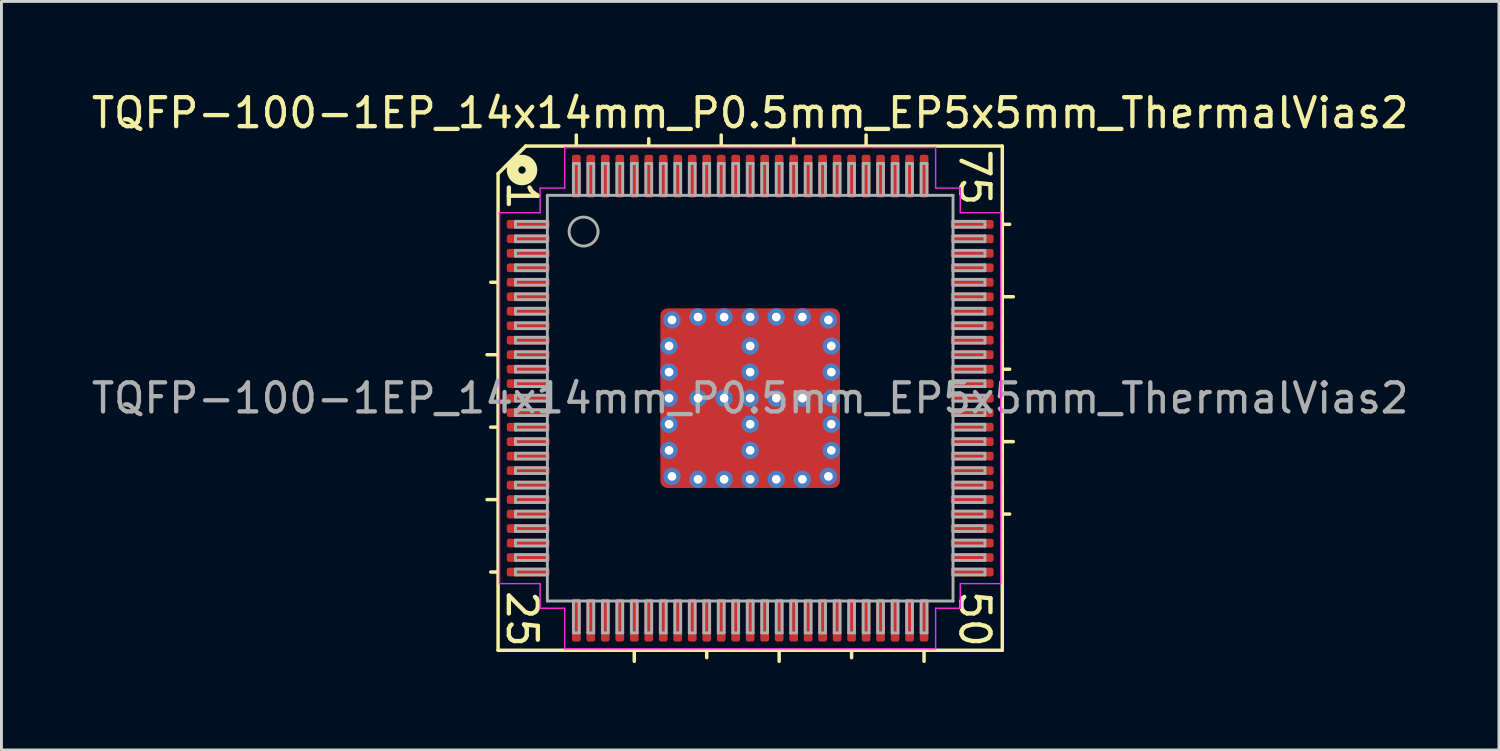
<source format=kicad_pcb>
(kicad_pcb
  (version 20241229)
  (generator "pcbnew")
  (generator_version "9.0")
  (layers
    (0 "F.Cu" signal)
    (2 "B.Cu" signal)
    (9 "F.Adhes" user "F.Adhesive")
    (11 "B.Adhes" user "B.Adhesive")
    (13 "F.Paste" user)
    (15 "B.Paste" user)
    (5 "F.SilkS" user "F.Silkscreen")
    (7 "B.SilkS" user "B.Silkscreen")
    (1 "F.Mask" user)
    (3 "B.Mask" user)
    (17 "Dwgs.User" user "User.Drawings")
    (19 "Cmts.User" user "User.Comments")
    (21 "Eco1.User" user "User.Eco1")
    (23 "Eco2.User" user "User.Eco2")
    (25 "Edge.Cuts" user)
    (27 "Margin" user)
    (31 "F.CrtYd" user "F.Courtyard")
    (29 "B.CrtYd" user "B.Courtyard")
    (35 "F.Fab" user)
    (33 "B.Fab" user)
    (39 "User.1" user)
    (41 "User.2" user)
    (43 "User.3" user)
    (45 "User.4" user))
  (footprint "TQFP-100-1EP_14x14mm_P0.5mm_EP5x5mm_ThermalVias2"
    (layer "F.Cu")
    (at 22.839 10.691)
    (property "Reference" "TQFP-100-1EP_14x14mm_P0.5mm_EP5x5mm_ThermalVias2" (at 0 -9.843 0) (layer "F.SilkS") (effects (font (size 1 1) (thickness 0.15))))
    (attr smd)
    (fp_line (start -8.7 -7.747) (end -8.7 8.7) (stroke (width 0.12) (type solid)) (layer "F.SilkS"))
    (fp_line (start -8.7 -4) (end -8.954 -4) (stroke (width 0.12) (type solid)) (layer "F.SilkS"))
    (fp_line (start -8.7 -1.5) (end -9.081 -1.5) (stroke (width 0.12) (type solid)) (layer "F.SilkS"))
    (fp_line (start -8.7 1) (end -8.954 1) (stroke (width 0.12) (type solid)) (layer "F.SilkS"))
    (fp_line (start -8.7 3.5) (end -9.081 3.5) (stroke (width 0.12) (type solid)) (layer "F.SilkS"))
    (fp_line (start -8.7 6) (end -8.954 6) (stroke (width 0.12) (type solid)) (layer "F.SilkS"))
    (fp_line (start -8.7 8.7) (end 8.7 8.7) (stroke (width 0.12) (type solid)) (layer "F.SilkS"))
    (fp_line (start -7.747 -8.7) (end -8.7 -7.747) (stroke (width 0.12) (type solid)) (layer "F.SilkS"))
    (fp_line (start -6 -8.7) (end -6 -9.081) (stroke (width 0.12) (type solid)) (layer "F.SilkS"))
    (fp_line (start -4 8.7) (end -4 9.081) (stroke (width 0.12) (type solid)) (layer "F.SilkS"))
    (fp_line (start -3.5 -8.7) (end -3.5 -8.954) (stroke (width 0.12) (type solid)) (layer "F.SilkS"))
    (fp_line (start -1.5 8.7) (end -1.5 8.954) (stroke (width 0.12) (type solid)) (layer "F.SilkS"))
    (fp_line (start -1 -8.7) (end -1 -9.081) (stroke (width 0.12) (type solid)) (layer "F.SilkS"))
    (fp_line (start 1 8.7) (end 1 9.081) (stroke (width 0.12) (type solid)) (layer "F.SilkS"))
    (fp_line (start 1.5 -8.7) (end 1.5 -8.954) (stroke (width 0.12) (type solid)) (layer "F.SilkS"))
    (fp_line (start 3.5 8.7) (end 3.5 8.954) (stroke (width 0.12) (type solid)) (layer "F.SilkS"))
    (fp_line (start 4 -8.7) (end 4 -9.081) (stroke (width 0.12) (type solid)) (layer "F.SilkS"))
    (fp_line (start 6 8.7) (end 6 9.081) (stroke (width 0.12) (type solid)) (layer "F.SilkS"))
    (fp_line (start 8.7 -8.7) (end -7.747 -8.7) (stroke (width 0.12) (type solid)) (layer "F.SilkS"))
    (fp_line (start 8.7 -6) (end 8.954 -6) (stroke (width 0.12) (type solid)) (layer "F.SilkS"))
    (fp_line (start 8.7 -3.5) (end 9.081 -3.5) (stroke (width 0.12) (type solid)) (layer "F.SilkS"))
    (fp_line (start 8.7 -1) (end 8.954 -1) (stroke (width 0.12) (type solid)) (layer "F.SilkS"))
    (fp_line (start 8.7 1.5) (end 9.081 1.5) (stroke (width 0.12) (type solid)) (layer "F.SilkS"))
    (fp_line (start 8.7 4) (end 8.954 4) (stroke (width 0.12) (type solid)) (layer "F.SilkS"))
    (fp_line (start 8.7 8.7) (end 8.7 -8.7) (stroke (width 0.12) (type solid)) (layer "F.SilkS"))
    (fp_circle (center -7.874 -7.874) (end -7.747 -7.874) (stroke (width 0.4) (type solid)) (fill no) (layer "F.SilkS"))
    (fp_line (start -8.65 -6.4) (end -8.65 0) (stroke (width 0.05) (type solid)) (layer "F.CrtYd"))
    (fp_line (start -8.65 6.4) (end -8.65 0) (stroke (width 0.05) (type solid)) (layer "F.CrtYd"))
    (fp_line (start -7.25 -7.25) (end -7.25 -6.4) (stroke (width 0.05) (type solid)) (layer "F.CrtYd"))
    (fp_line (start -7.25 -6.4) (end -8.65 -6.4) (stroke (width 0.05) (type solid)) (layer "F.CrtYd"))
    (fp_line (start -7.25 6.4) (end -8.65 6.4) (stroke (width 0.05) (type solid)) (layer "F.CrtYd"))
    (fp_line (start -7.25 7.25) (end -7.25 6.4) (stroke (width 0.05) (type solid)) (layer "F.CrtYd"))
    (fp_line (start -6.4 -8.65) (end -6.4 -7.25) (stroke (width 0.05) (type solid)) (layer "F.CrtYd"))
    (fp_line (start -6.4 -7.25) (end -7.25 -7.25) (stroke (width 0.05) (type solid)) (layer "F.CrtYd"))
    (fp_line (start -6.4 7.25) (end -7.25 7.25) (stroke (width 0.05) (type solid)) (layer "F.CrtYd"))
    (fp_line (start -6.4 8.65) (end -6.4 7.25) (stroke (width 0.05) (type solid)) (layer "F.CrtYd"))
    (fp_line (start 0 -8.65) (end -6.4 -8.65) (stroke (width 0.05) (type solid)) (layer "F.CrtYd"))
    (fp_line (start 0 -8.65) (end 6.4 -8.65) (stroke (width 0.05) (type solid)) (layer "F.CrtYd"))
    (fp_line (start 0 8.65) (end -6.4 8.65) (stroke (width 0.05) (type solid)) (layer "F.CrtYd"))
    (fp_line (start 0 8.65) (end 6.4 8.65) (stroke (width 0.05) (type solid)) (layer "F.CrtYd"))
    (fp_line (start 6.4 -8.65) (end 6.4 -7.25) (stroke (width 0.05) (type solid)) (layer "F.CrtYd"))
    (fp_line (start 6.4 -7.25) (end 7.25 -7.25) (stroke (width 0.05) (type solid)) (layer "F.CrtYd"))
    (fp_line (start 6.4 7.25) (end 7.25 7.25) (stroke (width 0.05) (type solid)) (layer "F.CrtYd"))
    (fp_line (start 6.4 8.65) (end 6.4 7.25) (stroke (width 0.05) (type solid)) (layer "F.CrtYd"))
    (fp_line (start 7.25 -7.25) (end 7.25 -6.4) (stroke (width 0.05) (type solid)) (layer "F.CrtYd"))
    (fp_line (start 7.25 -6.4) (end 8.65 -6.4) (stroke (width 0.05) (type solid)) (layer "F.CrtYd"))
    (fp_line (start 7.25 6.4) (end 8.65 6.4) (stroke (width 0.05) (type solid)) (layer "F.CrtYd"))
    (fp_line (start 7.25 7.25) (end 7.25 6.4) (stroke (width 0.05) (type solid)) (layer "F.CrtYd"))
    (fp_line (start 8.65 -6.4) (end 8.65 0) (stroke (width 0.05) (type solid)) (layer "F.CrtYd"))
    (fp_line (start 8.65 6.4) (end 8.65 0) (stroke (width 0.05) (type solid)) (layer "F.CrtYd"))
    (fp_line (start -8.1 -6.1) (end -8.1 -5.9) (stroke (width 0.1) (type solid)) (layer "F.Fab"))
    (fp_line (start -8.1 -6.1) (end -7 -6.1) (stroke (width 0.1) (type solid)) (layer "F.Fab"))
    (fp_line (start -8.1 -5.9) (end -7 -5.9) (stroke (width 0.1) (type solid)) (layer "F.Fab"))
    (fp_line (start -8.1 -5.6) (end -8.1 -5.4) (stroke (width 0.1) (type solid)) (layer "F.Fab"))
    (fp_line (start -8.1 -5.6) (end -7 -5.6) (stroke (width 0.1) (type solid)) (layer "F.Fab"))
    (fp_line (start -8.1 -5.4) (end -7 -5.4) (stroke (width 0.1) (type solid)) (layer "F.Fab"))
    (fp_line (start -8.1 -5.1) (end -8.1 -4.9) (stroke (width 0.1) (type solid)) (layer "F.Fab"))
    (fp_line (start -8.1 -5.1) (end -7 -5.1) (stroke (width 0.1) (type solid)) (layer "F.Fab"))
    (fp_line (start -8.1 -4.9) (end -7 -4.9) (stroke (width 0.1) (type solid)) (layer "F.Fab"))
    (fp_line (start -8.1 -4.6) (end -8.1 -4.4) (stroke (width 0.1) (type solid)) (layer "F.Fab"))
    (fp_line (start -8.1 -4.6) (end -7 -4.6) (stroke (width 0.1) (type solid)) (layer "F.Fab"))
    (fp_line (start -8.1 -4.4) (end -7 -4.4) (stroke (width 0.1) (type solid)) (layer "F.Fab"))
    (fp_line (start -8.1 -4.1) (end -8.1 -3.9) (stroke (width 0.1) (type solid)) (layer "F.Fab"))
    (fp_line (start -8.1 -4.1) (end -7 -4.1) (stroke (width 0.1) (type solid)) (layer "F.Fab"))
    (fp_line (start -8.1 -3.9) (end -7 -3.9) (stroke (width 0.1) (type solid)) (layer "F.Fab"))
    (fp_line (start -8.1 -3.6) (end -8.1 -3.4) (stroke (width 0.1) (type solid)) (layer "F.Fab"))
    (fp_line (start -8.1 -3.6) (end -7 -3.6) (stroke (width 0.1) (type solid)) (layer "F.Fab"))
    (fp_line (start -8.1 -3.4) (end -7 -3.4) (stroke (width 0.1) (type solid)) (layer "F.Fab"))
    (fp_line (start -8.1 -3.1) (end -8.1 -2.9) (stroke (width 0.1) (type solid)) (layer "F.Fab"))
    (fp_line (start -8.1 -3.1) (end -7 -3.1) (stroke (width 0.1) (type solid)) (layer "F.Fab"))
    (fp_line (start -8.1 -2.9) (end -7 -2.9) (stroke (width 0.1) (type solid)) (layer "F.Fab"))
    (fp_line (start -8.1 -2.6) (end -8.1 -2.4) (stroke (width 0.1) (type solid)) (layer "F.Fab"))
    (fp_line (start -8.1 -2.6) (end -7 -2.6) (stroke (width 0.1) (type solid)) (layer "F.Fab"))
    (fp_line (start -8.1 -2.4) (end -7 -2.4) (stroke (width 0.1) (type solid)) (layer "F.Fab"))
    (fp_line (start -8.1 -2.1) (end -8.1 -1.9) (stroke (width 0.1) (type solid)) (layer "F.Fab"))
    (fp_line (start -8.1 -2.1) (end -7 -2.1) (stroke (width 0.1) (type solid)) (layer "F.Fab"))
    (fp_line (start -8.1 -1.9) (end -7 -1.9) (stroke (width 0.1) (type solid)) (layer "F.Fab"))
    (fp_line (start -8.1 -1.6) (end -8.1 -1.4) (stroke (width 0.1) (type solid)) (layer "F.Fab"))
    (fp_line (start -8.1 -1.6) (end -7 -1.6) (stroke (width 0.1) (type solid)) (layer "F.Fab"))
    (fp_line (start -8.1 -1.4) (end -7 -1.4) (stroke (width 0.1) (type solid)) (layer "F.Fab"))
    (fp_line (start -8.1 -1.1) (end -8.1 -0.9) (stroke (width 0.1) (type solid)) (layer "F.Fab"))
    (fp_line (start -8.1 -1.1) (end -7 -1.1) (stroke (width 0.1) (type solid)) (layer "F.Fab"))
    (fp_line (start -8.1 -0.9) (end -7 -0.9) (stroke (width 0.1) (type solid)) (layer "F.Fab"))
    (fp_line (start -8.1 -0.6) (end -8.1 -0.4) (stroke (width 0.1) (type solid)) (layer "F.Fab"))
    (fp_line (start -8.1 -0.6) (end -7 -0.6) (stroke (width 0.1) (type solid)) (layer "F.Fab"))
    (fp_line (start -8.1 -0.4) (end -7 -0.4) (stroke (width 0.1) (type solid)) (layer "F.Fab"))
    (fp_line (start -8.1 -0.1) (end -8.1 0.1) (stroke (width 0.1) (type solid)) (layer "F.Fab"))
    (fp_line (start -8.1 -0.1) (end -7 -0.1) (stroke (width 0.1) (type solid)) (layer "F.Fab"))
    (fp_line (start -8.1 0.1) (end -7 0.1) (stroke (width 0.1) (type solid)) (layer "F.Fab"))
    (fp_line (start -8.1 0.4) (end -8.1 0.6) (stroke (width 0.1) (type solid)) (layer "F.Fab"))
    (fp_line (start -8.1 0.4) (end -7 0.4) (stroke (width 0.1) (type solid)) (layer "F.Fab"))
    (fp_line (start -8.1 0.6) (end -7 0.6) (stroke (width 0.1) (type solid)) (layer "F.Fab"))
    (fp_line (start -8.1 0.9) (end -8.1 1.1) (stroke (width 0.1) (type solid)) (layer "F.Fab"))
    (fp_line (start -8.1 0.9) (end -7 0.9) (stroke (width 0.1) (type solid)) (layer "F.Fab"))
    (fp_line (start -8.1 1.1) (end -7 1.1) (stroke (width 0.1) (type solid)) (layer "F.Fab"))
    (fp_line (start -8.1 1.4) (end -8.1 1.6) (stroke (width 0.1) (type solid)) (layer "F.Fab"))
    (fp_line (start -8.1 1.4) (end -7 1.4) (stroke (width 0.1) (type solid)) (layer "F.Fab"))
    (fp_line (start -8.1 1.6) (end -7 1.6) (stroke (width 0.1) (type solid)) (layer "F.Fab"))
    (fp_line (start -8.1 1.9) (end -8.1 2.1) (stroke (width 0.1) (type solid)) (layer "F.Fab"))
    (fp_line (start -8.1 1.9) (end -7 1.9) (stroke (width 0.1) (type solid)) (layer "F.Fab"))
    (fp_line (start -8.1 2.1) (end -7 2.1) (stroke (width 0.1) (type solid)) (layer "F.Fab"))
    (fp_line (start -8.1 2.4) (end -8.1 2.6) (stroke (width 0.1) (type solid)) (layer "F.Fab"))
    (fp_line (start -8.1 2.4) (end -7 2.4) (stroke (width 0.1) (type solid)) (layer "F.Fab"))
    (fp_line (start -8.1 2.6) (end -7 2.6) (stroke (width 0.1) (type solid)) (layer "F.Fab"))
    (fp_line (start -8.1 2.9) (end -8.1 3.1) (stroke (width 0.1) (type solid)) (layer "F.Fab"))
    (fp_line (start -8.1 2.9) (end -7 2.9) (stroke (width 0.1) (type solid)) (layer "F.Fab"))
    (fp_line (start -8.1 3.1) (end -7 3.1) (stroke (width 0.1) (type solid)) (layer "F.Fab"))
    (fp_line (start -8.1 3.4) (end -8.1 3.6) (stroke (width 0.1) (type solid)) (layer "F.Fab"))
    (fp_line (start -8.1 3.4) (end -7 3.4) (stroke (width 0.1) (type solid)) (layer "F.Fab"))
    (fp_line (start -8.1 3.6) (end -7 3.6) (stroke (width 0.1) (type solid)) (layer "F.Fab"))
    (fp_line (start -8.1 3.9) (end -8.1 4.1) (stroke (width 0.1) (type solid)) (layer "F.Fab"))
    (fp_line (start -8.1 3.9) (end -7 3.9) (stroke (width 0.1) (type solid)) (layer "F.Fab"))
    (fp_line (start -8.1 4.1) (end -7 4.1) (stroke (width 0.1) (type solid)) (layer "F.Fab"))
    (fp_line (start -8.1 4.4) (end -8.1 4.6) (stroke (width 0.1) (type solid)) (layer "F.Fab"))
    (fp_line (start -8.1 4.4) (end -7 4.4) (stroke (width 0.1) (type solid)) (layer "F.Fab"))
    (fp_line (start -8.1 4.6) (end -7 4.6) (stroke (width 0.1) (type solid)) (layer "F.Fab"))
    (fp_line (start -8.1 4.9) (end -8.1 5.1) (stroke (width 0.1) (type solid)) (layer "F.Fab"))
    (fp_line (start -8.1 4.9) (end -7 4.9) (stroke (width 0.1) (type solid)) (layer "F.Fab"))
    (fp_line (start -8.1 5.1) (end -7 5.1) (stroke (width 0.1) (type solid)) (layer "F.Fab"))
    (fp_line (start -8.1 5.4) (end -8.1 5.6) (stroke (width 0.1) (type solid)) (layer "F.Fab"))
    (fp_line (start -8.1 5.4) (end -7 5.4) (stroke (width 0.1) (type solid)) (layer "F.Fab"))
    (fp_line (start -8.1 5.6) (end -7 5.6) (stroke (width 0.1) (type solid)) (layer "F.Fab"))
    (fp_line (start -8.1 5.9) (end -8.1 6.1) (stroke (width 0.1) (type solid)) (layer "F.Fab"))
    (fp_line (start -8.1 5.9) (end -7 5.9) (stroke (width 0.1) (type solid)) (layer "F.Fab"))
    (fp_line (start -8.1 6.1) (end -7 6.1) (stroke (width 0.1) (type solid)) (layer "F.Fab"))
    (fp_line (start -7 -7) (end 7 -7) (stroke (width 0.1) (type solid)) (layer "F.Fab"))
    (fp_line (start -7 7) (end -7 -7) (stroke (width 0.1) (type solid)) (layer "F.Fab"))
    (fp_line (start -6.1 -8.1) (end -6.1 -7) (stroke (width 0.1) (type solid)) (layer "F.Fab"))
    (fp_line (start -6.1 8.1) (end -6.1 7) (stroke (width 0.1) (type solid)) (layer "F.Fab"))
    (fp_line (start -6.1 8.1) (end -5.9 8.1) (stroke (width 0.1) (type solid)) (layer "F.Fab"))
    (fp_line (start -5.9 -8.1) (end -6.1 -8.1) (stroke (width 0.1) (type solid)) (layer "F.Fab"))
    (fp_line (start -5.9 -8.1) (end -5.9 -7) (stroke (width 0.1) (type solid)) (layer "F.Fab"))
    (fp_line (start -5.9 8.1) (end -5.9 7) (stroke (width 0.1) (type solid)) (layer "F.Fab"))
    (fp_line (start -5.6 -8.1) (end -5.6 -7) (stroke (width 0.1) (type solid)) (layer "F.Fab"))
    (fp_line (start -5.6 8.1) (end -5.6 7) (stroke (width 0.1) (type solid)) (layer "F.Fab"))
    (fp_line (start -5.6 8.1) (end -5.4 8.1) (stroke (width 0.1) (type solid)) (layer "F.Fab"))
    (fp_line (start -5.4 -8.1) (end -5.6 -8.1) (stroke (width 0.1) (type solid)) (layer "F.Fab"))
    (fp_line (start -5.4 -8.1) (end -5.4 -7) (stroke (width 0.1) (type solid)) (layer "F.Fab"))
    (fp_line (start -5.4 8.1) (end -5.4 7) (stroke (width 0.1) (type solid)) (layer "F.Fab"))
    (fp_line (start -5.1 -8.1) (end -5.1 -7) (stroke (width 0.1) (type solid)) (layer "F.Fab"))
    (fp_line (start -5.1 8.1) (end -5.1 7) (stroke (width 0.1) (type solid)) (layer "F.Fab"))
    (fp_line (start -5.1 8.1) (end -4.9 8.1) (stroke (width 0.1) (type solid)) (layer "F.Fab"))
    (fp_line (start -4.9 -8.1) (end -5.1 -8.1) (stroke (width 0.1) (type solid)) (layer "F.Fab"))
    (fp_line (start -4.9 -8.1) (end -4.9 -7) (stroke (width 0.1) (type solid)) (layer "F.Fab"))
    (fp_line (start -4.9 8.1) (end -4.9 7) (stroke (width 0.1) (type solid)) (layer "F.Fab"))
    (fp_line (start -4.6 -8.1) (end -4.6 -7) (stroke (width 0.1) (type solid)) (layer "F.Fab"))
    (fp_line (start -4.6 8.1) (end -4.6 7) (stroke (width 0.1) (type solid)) (layer "F.Fab"))
    (fp_line (start -4.6 8.1) (end -4.4 8.1) (stroke (width 0.1) (type solid)) (layer "F.Fab"))
    (fp_line (start -4.4 -8.1) (end -4.6 -8.1) (stroke (width 0.1) (type solid)) (layer "F.Fab"))
    (fp_line (start -4.4 -8.1) (end -4.4 -7) (stroke (width 0.1) (type solid)) (layer "F.Fab"))
    (fp_line (start -4.4 8.1) (end -4.4 7) (stroke (width 0.1) (type solid)) (layer "F.Fab"))
    (fp_line (start -4.1 -8.1) (end -4.1 -7) (stroke (width 0.1) (type solid)) (layer "F.Fab"))
    (fp_line (start -4.1 8.1) (end -4.1 7) (stroke (width 0.1) (type solid)) (layer "F.Fab"))
    (fp_line (start -4.1 8.1) (end -3.9 8.1) (stroke (width 0.1) (type solid)) (layer "F.Fab"))
    (fp_line (start -3.9 -8.1) (end -4.1 -8.1) (stroke (width 0.1) (type solid)) (layer "F.Fab"))
    (fp_line (start -3.9 -8.1) (end -3.9 -7) (stroke (width 0.1) (type solid)) (layer "F.Fab"))
    (fp_line (start -3.9 8.1) (end -3.9 7) (stroke (width 0.1) (type solid)) (layer "F.Fab"))
    (fp_line (start -3.6 -8.1) (end -3.6 -7) (stroke (width 0.1) (type solid)) (layer "F.Fab"))
    (fp_line (start -3.6 8.1) (end -3.6 7) (stroke (width 0.1) (type solid)) (layer "F.Fab"))
    (fp_line (start -3.6 8.1) (end -3.4 8.1) (stroke (width 0.1) (type solid)) (layer "F.Fab"))
    (fp_line (start -3.4 -8.1) (end -3.6 -8.1) (stroke (width 0.1) (type solid)) (layer "F.Fab"))
    (fp_line (start -3.4 -8.1) (end -3.4 -7) (stroke (width 0.1) (type solid)) (layer "F.Fab"))
    (fp_line (start -3.4 8.1) (end -3.4 7) (stroke (width 0.1) (type solid)) (layer "F.Fab"))
    (fp_line (start -3.1 -8.1) (end -3.1 -7) (stroke (width 0.1) (type solid)) (layer "F.Fab"))
    (fp_line (start -3.1 8.1) (end -3.1 7) (stroke (width 0.1) (type solid)) (layer "F.Fab"))
    (fp_line (start -3.1 8.1) (end -2.9 8.1) (stroke (width 0.1) (type solid)) (layer "F.Fab"))
    (fp_line (start -2.9 -8.1) (end -3.1 -8.1) (stroke (width 0.1) (type solid)) (layer "F.Fab"))
    (fp_line (start -2.9 -8.1) (end -2.9 -7) (stroke (width 0.1) (type solid)) (layer "F.Fab"))
    (fp_line (start -2.9 8.1) (end -2.9 7) (stroke (width 0.1) (type solid)) (layer "F.Fab"))
    (fp_line (start -2.6 -8.1) (end -2.6 -7) (stroke (width 0.1) (type solid)) (layer "F.Fab"))
    (fp_line (start -2.6 8.1) (end -2.6 7) (stroke (width 0.1) (type solid)) (layer "F.Fab"))
    (fp_line (start -2.6 8.1) (end -2.4 8.1) (stroke (width 0.1) (type solid)) (layer "F.Fab"))
    (fp_line (start -2.4 -8.1) (end -2.6 -8.1) (stroke (width 0.1) (type solid)) (layer "F.Fab"))
    (fp_line (start -2.4 -8.1) (end -2.4 -7) (stroke (width 0.1) (type solid)) (layer "F.Fab"))
    (fp_line (start -2.4 8.1) (end -2.4 7) (stroke (width 0.1) (type solid)) (layer "F.Fab"))
    (fp_line (start -2.1 -8.1) (end -2.1 -7) (stroke (width 0.1) (type solid)) (layer "F.Fab"))
    (fp_line (start -2.1 8.1) (end -2.1 7) (stroke (width 0.1) (type solid)) (layer "F.Fab"))
    (fp_line (start -2.1 8.1) (end -1.9 8.1) (stroke (width 0.1) (type solid)) (layer "F.Fab"))
    (fp_line (start -1.9 -8.1) (end -2.1 -8.1) (stroke (width 0.1) (type solid)) (layer "F.Fab"))
    (fp_line (start -1.9 -8.1) (end -1.9 -7) (stroke (width 0.1) (type solid)) (layer "F.Fab"))
    (fp_line (start -1.9 8.1) (end -1.9 7) (stroke (width 0.1) (type solid)) (layer "F.Fab"))
    (fp_line (start -1.6 -8.1) (end -1.6 -7) (stroke (width 0.1) (type solid)) (layer "F.Fab"))
    (fp_line (start -1.6 8.1) (end -1.6 7) (stroke (width 0.1) (type solid)) (layer "F.Fab"))
    (fp_line (start -1.6 8.1) (end -1.4 8.1) (stroke (width 0.1) (type solid)) (layer "F.Fab"))
    (fp_line (start -1.4 -8.1) (end -1.6 -8.1) (stroke (width 0.1) (type solid)) (layer "F.Fab"))
    (fp_line (start -1.4 -8.1) (end -1.4 -7) (stroke (width 0.1) (type solid)) (layer "F.Fab"))
    (fp_line (start -1.4 8.1) (end -1.4 7) (stroke (width 0.1) (type solid)) (layer "F.Fab"))
    (fp_line (start -1.1 -8.1) (end -1.1 -7) (stroke (width 0.1) (type solid)) (layer "F.Fab"))
    (fp_line (start -1.1 8.1) (end -1.1 7) (stroke (width 0.1) (type solid)) (layer "F.Fab"))
    (fp_line (start -1.1 8.1) (end -0.9 8.1) (stroke (width 0.1) (type solid)) (layer "F.Fab"))
    (fp_line (start -0.9 -8.1) (end -1.1 -8.1) (stroke (width 0.1) (type solid)) (layer "F.Fab"))
    (fp_line (start -0.9 -8.1) (end -0.9 -7) (stroke (width 0.1) (type solid)) (layer "F.Fab"))
    (fp_line (start -0.9 8.1) (end -0.9 7) (stroke (width 0.1) (type solid)) (layer "F.Fab"))
    (fp_line (start -0.6 -8.1) (end -0.6 -7) (stroke (width 0.1) (type solid)) (layer "F.Fab"))
    (fp_line (start -0.6 8.1) (end -0.6 7) (stroke (width 0.1) (type solid)) (layer "F.Fab"))
    (fp_line (start -0.6 8.1) (end -0.4 8.1) (stroke (width 0.1) (type solid)) (layer "F.Fab"))
    (fp_line (start -0.4 -8.1) (end -0.6 -8.1) (stroke (width 0.1) (type solid)) (layer "F.Fab"))
    (fp_line (start -0.4 -8.1) (end -0.4 -7) (stroke (width 0.1) (type solid)) (layer "F.Fab"))
    (fp_line (start -0.4 8.1) (end -0.4 7) (stroke (width 0.1) (type solid)) (layer "F.Fab"))
    (fp_line (start -0.1 -8.1) (end -0.1 -7) (stroke (width 0.1) (type solid)) (layer "F.Fab"))
    (fp_line (start -0.1 8.1) (end -0.1 7) (stroke (width 0.1) (type solid)) (layer "F.Fab"))
    (fp_line (start -0.1 8.1) (end 0.1 8.1) (stroke (width 0.1) (type solid)) (layer "F.Fab"))
    (fp_line (start 0.1 -8.1) (end -0.1 -8.1) (stroke (width 0.1) (type solid)) (layer "F.Fab"))
    (fp_line (start 0.1 -8.1) (end 0.1 -7) (stroke (width 0.1) (type solid)) (layer "F.Fab"))
    (fp_line (start 0.1 8.1) (end 0.1 7) (stroke (width 0.1) (type solid)) (layer "F.Fab"))
    (fp_line (start 0.4 -8.1) (end 0.4 -7) (stroke (width 0.1) (type solid)) (layer "F.Fab"))
    (fp_line (start 0.4 8.1) (end 0.4 7) (stroke (width 0.1) (type solid)) (layer "F.Fab"))
    (fp_line (start 0.4 8.1) (end 0.6 8.1) (stroke (width 0.1) (type solid)) (layer "F.Fab"))
    (fp_line (start 0.6 -8.1) (end 0.4 -8.1) (stroke (width 0.1) (type solid)) (layer "F.Fab"))
    (fp_line (start 0.6 -8.1) (end 0.6 -7) (stroke (width 0.1) (type solid)) (layer "F.Fab"))
    (fp_line (start 0.6 8.1) (end 0.6 7) (stroke (width 0.1) (type solid)) (layer "F.Fab"))
    (fp_line (start 0.9 -8.1) (end 0.9 -7) (stroke (width 0.1) (type solid)) (layer "F.Fab"))
    (fp_line (start 0.9 8.1) (end 0.9 7) (stroke (width 0.1) (type solid)) (layer "F.Fab"))
    (fp_line (start 0.9 8.1) (end 1.1 8.1) (stroke (width 0.1) (type solid)) (layer "F.Fab"))
    (fp_line (start 1.1 -8.1) (end 0.9 -8.1) (stroke (width 0.1) (type solid)) (layer "F.Fab"))
    (fp_line (start 1.1 -8.1) (end 1.1 -7) (stroke (width 0.1) (type solid)) (layer "F.Fab"))
    (fp_line (start 1.1 8.1) (end 1.1 7) (stroke (width 0.1) (type solid)) (layer "F.Fab"))
    (fp_line (start 1.4 -8.1) (end 1.4 -7) (stroke (width 0.1) (type solid)) (layer "F.Fab"))
    (fp_line (start 1.4 8.1) (end 1.4 7) (stroke (width 0.1) (type solid)) (layer "F.Fab"))
    (fp_line (start 1.4 8.1) (end 1.6 8.1) (stroke (width 0.1) (type solid)) (layer "F.Fab"))
    (fp_line (start 1.6 -8.1) (end 1.4 -8.1) (stroke (width 0.1) (type solid)) (layer "F.Fab"))
    (fp_line (start 1.6 -8.1) (end 1.6 -7) (stroke (width 0.1) (type solid)) (layer "F.Fab"))
    (fp_line (start 1.6 8.1) (end 1.6 7) (stroke (width 0.1) (type solid)) (layer "F.Fab"))
    (fp_line (start 1.9 -8.1) (end 1.9 -7) (stroke (width 0.1) (type solid)) (layer "F.Fab"))
    (fp_line (start 1.9 8.1) (end 1.9 7) (stroke (width 0.1) (type solid)) (layer "F.Fab"))
    (fp_line (start 1.9 8.1) (end 2.1 8.1) (stroke (width 0.1) (type solid)) (layer "F.Fab"))
    (fp_line (start 2.1 -8.1) (end 1.9 -8.1) (stroke (width 0.1) (type solid)) (layer "F.Fab"))
    (fp_line (start 2.1 -8.1) (end 2.1 -7) (stroke (width 0.1) (type solid)) (layer "F.Fab"))
    (fp_line (start 2.1 8.1) (end 2.1 7) (stroke (width 0.1) (type solid)) (layer "F.Fab"))
    (fp_line (start 2.4 -8.1) (end 2.4 -7) (stroke (width 0.1) (type solid)) (layer "F.Fab"))
    (fp_line (start 2.4 8.1) (end 2.4 7) (stroke (width 0.1) (type solid)) (layer "F.Fab"))
    (fp_line (start 2.4 8.1) (end 2.6 8.1) (stroke (width 0.1) (type solid)) (layer "F.Fab"))
    (fp_line (start 2.6 -8.1) (end 2.4 -8.1) (stroke (width 0.1) (type solid)) (layer "F.Fab"))
    (fp_line (start 2.6 -8.1) (end 2.6 -7) (stroke (width 0.1) (type solid)) (layer "F.Fab"))
    (fp_line (start 2.6 8.1) (end 2.6 7) (stroke (width 0.1) (type solid)) (layer "F.Fab"))
    (fp_line (start 2.9 -8.1) (end 2.9 -7) (stroke (width 0.1) (type solid)) (layer "F.Fab"))
    (fp_line (start 2.9 8.1) (end 2.9 7) (stroke (width 0.1) (type solid)) (layer "F.Fab"))
    (fp_line (start 2.9 8.1) (end 3.1 8.1) (stroke (width 0.1) (type solid)) (layer "F.Fab"))
    (fp_line (start 3.1 -8.1) (end 2.9 -8.1) (stroke (width 0.1) (type solid)) (layer "F.Fab"))
    (fp_line (start 3.1 -8.1) (end 3.1 -7) (stroke (width 0.1) (type solid)) (layer "F.Fab"))
    (fp_line (start 3.1 8.1) (end 3.1 7) (stroke (width 0.1) (type solid)) (layer "F.Fab"))
    (fp_line (start 3.4 -8.1) (end 3.4 -7) (stroke (width 0.1) (type solid)) (layer "F.Fab"))
    (fp_line (start 3.4 8.1) (end 3.4 7) (stroke (width 0.1) (type solid)) (layer "F.Fab"))
    (fp_line (start 3.4 8.1) (end 3.6 8.1) (stroke (width 0.1) (type solid)) (layer "F.Fab"))
    (fp_line (start 3.6 -8.1) (end 3.4 -8.1) (stroke (width 0.1) (type solid)) (layer "F.Fab"))
    (fp_line (start 3.6 -8.1) (end 3.6 -7) (stroke (width 0.1) (type solid)) (layer "F.Fab"))
    (fp_line (start 3.6 8.1) (end 3.6 7) (stroke (width 0.1) (type solid)) (layer "F.Fab"))
    (fp_line (start 3.9 -8.1) (end 3.9 -7) (stroke (width 0.1) (type solid)) (layer "F.Fab"))
    (fp_line (start 3.9 8.1) (end 3.9 7) (stroke (width 0.1) (type solid)) (layer "F.Fab"))
    (fp_line (start 3.9 8.1) (end 4.1 8.1) (stroke (width 0.1) (type solid)) (layer "F.Fab"))
    (fp_line (start 4.1 -8.1) (end 3.9 -8.1) (stroke (width 0.1) (type solid)) (layer "F.Fab"))
    (fp_line (start 4.1 -8.1) (end 4.1 -7) (stroke (width 0.1) (type solid)) (layer "F.Fab"))
    (fp_line (start 4.1 8.1) (end 4.1 7) (stroke (width 0.1) (type solid)) (layer "F.Fab"))
    (fp_line (start 4.4 -8.1) (end 4.4 -7) (stroke (width 0.1) (type solid)) (layer "F.Fab"))
    (fp_line (start 4.4 8.1) (end 4.4 7) (stroke (width 0.1) (type solid)) (layer "F.Fab"))
    (fp_line (start 4.4 8.1) (end 4.6 8.1) (stroke (width 0.1) (type solid)) (layer "F.Fab"))
    (fp_line (start 4.6 -8.1) (end 4.4 -8.1) (stroke (width 0.1) (type solid)) (layer "F.Fab"))
    (fp_line (start 4.6 -8.1) (end 4.6 -7) (stroke (width 0.1) (type solid)) (layer "F.Fab"))
    (fp_line (start 4.6 8.1) (end 4.6 7) (stroke (width 0.1) (type solid)) (layer "F.Fab"))
    (fp_line (start 4.9 -8.1) (end 4.9 -7) (stroke (width 0.1) (type solid)) (layer "F.Fab"))
    (fp_line (start 4.9 8.1) (end 4.9 7) (stroke (width 0.1) (type solid)) (layer "F.Fab"))
    (fp_line (start 4.9 8.1) (end 5.1 8.1) (stroke (width 0.1) (type solid)) (layer "F.Fab"))
    (fp_line (start 5.1 -8.1) (end 4.9 -8.1) (stroke (width 0.1) (type solid)) (layer "F.Fab"))
    (fp_line (start 5.1 -8.1) (end 5.1 -7) (stroke (width 0.1) (type solid)) (layer "F.Fab"))
    (fp_line (start 5.1 8.1) (end 5.1 7) (stroke (width 0.1) (type solid)) (layer "F.Fab"))
    (fp_line (start 5.4 -8.1) (end 5.4 -7) (stroke (width 0.1) (type solid)) (layer "F.Fab"))
    (fp_line (start 5.4 8.1) (end 5.4 7) (stroke (width 0.1) (type solid)) (layer "F.Fab"))
    (fp_line (start 5.4 8.1) (end 5.6 8.1) (stroke (width 0.1) (type solid)) (layer "F.Fab"))
    (fp_line (start 5.6 -8.1) (end 5.4 -8.1) (stroke (width 0.1) (type solid)) (layer "F.Fab"))
    (fp_line (start 5.6 -8.1) (end 5.6 -7) (stroke (width 0.1) (type solid)) (layer "F.Fab"))
    (fp_line (start 5.6 8.1) (end 5.6 7) (stroke (width 0.1) (type solid)) (layer "F.Fab"))
    (fp_line (start 5.9 -8.1) (end 5.9 -7) (stroke (width 0.1) (type solid)) (layer "F.Fab"))
    (fp_line (start 5.9 8.1) (end 5.9 7) (stroke (width 0.1) (type solid)) (layer "F.Fab"))
    (fp_line (start 5.9 8.1) (end 6.1 8.1) (stroke (width 0.1) (type solid)) (layer "F.Fab"))
    (fp_line (start 6.1 -8.1) (end 5.9 -8.1) (stroke (width 0.1) (type solid)) (layer "F.Fab"))
    (fp_line (start 6.1 -8.1) (end 6.1 -7) (stroke (width 0.1) (type solid)) (layer "F.Fab"))
    (fp_line (start 6.1 8.1) (end 6.1 7) (stroke (width 0.1) (type solid)) (layer "F.Fab"))
    (fp_line (start 7 -7) (end 7 7) (stroke (width 0.1) (type solid)) (layer "F.Fab"))
    (fp_line (start 7 7) (end -7 7) (stroke (width 0.1) (type solid)) (layer "F.Fab"))
    (fp_line (start 8.1 -6.1) (end 7 -6.1) (stroke (width 0.1) (type solid)) (layer "F.Fab"))
    (fp_line (start 8.1 -5.9) (end 7 -5.9) (stroke (width 0.1) (type solid)) (layer "F.Fab"))
    (fp_line (start 8.1 -5.9) (end 8.1 -6.1) (stroke (width 0.1) (type solid)) (layer "F.Fab"))
    (fp_line (start 8.1 -5.6) (end 7 -5.6) (stroke (width 0.1) (type solid)) (layer "F.Fab"))
    (fp_line (start 8.1 -5.4) (end 7 -5.4) (stroke (width 0.1) (type solid)) (layer "F.Fab"))
    (fp_line (start 8.1 -5.4) (end 8.1 -5.6) (stroke (width 0.1) (type solid)) (layer "F.Fab"))
    (fp_line (start 8.1 -5.1) (end 7 -5.1) (stroke (width 0.1) (type solid)) (layer "F.Fab"))
    (fp_line (start 8.1 -4.9) (end 7 -4.9) (stroke (width 0.1) (type solid)) (layer "F.Fab"))
    (fp_line (start 8.1 -4.9) (end 8.1 -5.1) (stroke (width 0.1) (type solid)) (layer "F.Fab"))
    (fp_line (start 8.1 -4.6) (end 7 -4.6) (stroke (width 0.1) (type solid)) (layer "F.Fab"))
    (fp_line (start 8.1 -4.4) (end 7 -4.4) (stroke (width 0.1) (type solid)) (layer "F.Fab"))
    (fp_line (start 8.1 -4.4) (end 8.1 -4.6) (stroke (width 0.1) (type solid)) (layer "F.Fab"))
    (fp_line (start 8.1 -4.1) (end 7 -4.1) (stroke (width 0.1) (type solid)) (layer "F.Fab"))
    (fp_line (start 8.1 -3.9) (end 7 -3.9) (stroke (width 0.1) (type solid)) (layer "F.Fab"))
    (fp_line (start 8.1 -3.9) (end 8.1 -4.1) (stroke (width 0.1) (type solid)) (layer "F.Fab"))
    (fp_line (start 8.1 -3.6) (end 7 -3.6) (stroke (width 0.1) (type solid)) (layer "F.Fab"))
    (fp_line (start 8.1 -3.4) (end 7 -3.4) (stroke (width 0.1) (type solid)) (layer "F.Fab"))
    (fp_line (start 8.1 -3.4) (end 8.1 -3.6) (stroke (width 0.1) (type solid)) (layer "F.Fab"))
    (fp_line (start 8.1 -3.1) (end 7 -3.1) (stroke (width 0.1) (type solid)) (layer "F.Fab"))
    (fp_line (start 8.1 -2.9) (end 7 -2.9) (stroke (width 0.1) (type solid)) (layer "F.Fab"))
    (fp_line (start 8.1 -2.9) (end 8.1 -3.1) (stroke (width 0.1) (type solid)) (layer "F.Fab"))
    (fp_line (start 8.1 -2.6) (end 7 -2.6) (stroke (width 0.1) (type solid)) (layer "F.Fab"))
    (fp_line (start 8.1 -2.4) (end 7 -2.4) (stroke (width 0.1) (type solid)) (layer "F.Fab"))
    (fp_line (start 8.1 -2.4) (end 8.1 -2.6) (stroke (width 0.1) (type solid)) (layer "F.Fab"))
    (fp_line (start 8.1 -2.1) (end 7 -2.1) (stroke (width 0.1) (type solid)) (layer "F.Fab"))
    (fp_line (start 8.1 -1.9) (end 7 -1.9) (stroke (width 0.1) (type solid)) (layer "F.Fab"))
    (fp_line (start 8.1 -1.9) (end 8.1 -2.1) (stroke (width 0.1) (type solid)) (layer "F.Fab"))
    (fp_line (start 8.1 -1.6) (end 7 -1.6) (stroke (width 0.1) (type solid)) (layer "F.Fab"))
    (fp_line (start 8.1 -1.4) (end 7 -1.4) (stroke (width 0.1) (type solid)) (layer "F.Fab"))
    (fp_line (start 8.1 -1.4) (end 8.1 -1.6) (stroke (width 0.1) (type solid)) (layer "F.Fab"))
    (fp_line (start 8.1 -1.1) (end 7 -1.1) (stroke (width 0.1) (type solid)) (layer "F.Fab"))
    (fp_line (start 8.1 -0.9) (end 7 -0.9) (stroke (width 0.1) (type solid)) (layer "F.Fab"))
    (fp_line (start 8.1 -0.9) (end 8.1 -1.1) (stroke (width 0.1) (type solid)) (layer "F.Fab"))
    (fp_line (start 8.1 -0.6) (end 7 -0.6) (stroke (width 0.1) (type solid)) (layer "F.Fab"))
    (fp_line (start 8.1 -0.4) (end 7 -0.4) (stroke (width 0.1) (type solid)) (layer "F.Fab"))
    (fp_line (start 8.1 -0.4) (end 8.1 -0.6) (stroke (width 0.1) (type solid)) (layer "F.Fab"))
    (fp_line (start 8.1 -0.1) (end 7 -0.1) (stroke (width 0.1) (type solid)) (layer "F.Fab"))
    (fp_line (start 8.1 0.1) (end 7 0.1) (stroke (width 0.1) (type solid)) (layer "F.Fab"))
    (fp_line (start 8.1 0.1) (end 8.1 -0.1) (stroke (width 0.1) (type solid)) (layer "F.Fab"))
    (fp_line (start 8.1 0.4) (end 7 0.4) (stroke (width 0.1) (type solid)) (layer "F.Fab"))
    (fp_line (start 8.1 0.6) (end 7 0.6) (stroke (width 0.1) (type solid)) (layer "F.Fab"))
    (fp_line (start 8.1 0.6) (end 8.1 0.4) (stroke (width 0.1) (type solid)) (layer "F.Fab"))
    (fp_line (start 8.1 0.9) (end 7 0.9) (stroke (width 0.1) (type solid)) (layer "F.Fab"))
    (fp_line (start 8.1 1.1) (end 7 1.1) (stroke (width 0.1) (type solid)) (layer "F.Fab"))
    (fp_line (start 8.1 1.1) (end 8.1 0.9) (stroke (width 0.1) (type solid)) (layer "F.Fab"))
    (fp_line (start 8.1 1.4) (end 7 1.4) (stroke (width 0.1) (type solid)) (layer "F.Fab"))
    (fp_line (start 8.1 1.6) (end 7 1.6) (stroke (width 0.1) (type solid)) (layer "F.Fab"))
    (fp_line (start 8.1 1.6) (end 8.1 1.4) (stroke (width 0.1) (type solid)) (layer "F.Fab"))
    (fp_line (start 8.1 1.9) (end 7 1.9) (stroke (width 0.1) (type solid)) (layer "F.Fab"))
    (fp_line (start 8.1 2.1) (end 7 2.1) (stroke (width 0.1) (type solid)) (layer "F.Fab"))
    (fp_line (start 8.1 2.1) (end 8.1 1.9) (stroke (width 0.1) (type solid)) (layer "F.Fab"))
    (fp_line (start 8.1 2.4) (end 7 2.4) (stroke (width 0.1) (type solid)) (layer "F.Fab"))
    (fp_line (start 8.1 2.6) (end 7 2.6) (stroke (width 0.1) (type solid)) (layer "F.Fab"))
    (fp_line (start 8.1 2.6) (end 8.1 2.4) (stroke (width 0.1) (type solid)) (layer "F.Fab"))
    (fp_line (start 8.1 2.9) (end 7 2.9) (stroke (width 0.1) (type solid)) (layer "F.Fab"))
    (fp_line (start 8.1 3.1) (end 7 3.1) (stroke (width 0.1) (type solid)) (layer "F.Fab"))
    (fp_line (start 8.1 3.1) (end 8.1 2.9) (stroke (width 0.1) (type solid)) (layer "F.Fab"))
    (fp_line (start 8.1 3.4) (end 7 3.4) (stroke (width 0.1) (type solid)) (layer "F.Fab"))
    (fp_line (start 8.1 3.6) (end 7 3.6) (stroke (width 0.1) (type solid)) (layer "F.Fab"))
    (fp_line (start 8.1 3.6) (end 8.1 3.4) (stroke (width 0.1) (type solid)) (layer "F.Fab"))
    (fp_line (start 8.1 3.9) (end 7 3.9) (stroke (width 0.1) (type solid)) (layer "F.Fab"))
    (fp_line (start 8.1 4.1) (end 7 4.1) (stroke (width 0.1) (type solid)) (layer "F.Fab"))
    (fp_line (start 8.1 4.1) (end 8.1 3.9) (stroke (width 0.1) (type solid)) (layer "F.Fab"))
    (fp_line (start 8.1 4.4) (end 7 4.4) (stroke (width 0.1) (type solid)) (layer "F.Fab"))
    (fp_line (start 8.1 4.6) (end 7 4.6) (stroke (width 0.1) (type solid)) (layer "F.Fab"))
    (fp_line (start 8.1 4.6) (end 8.1 4.4) (stroke (width 0.1) (type solid)) (layer "F.Fab"))
    (fp_line (start 8.1 4.9) (end 7 4.9) (stroke (width 0.1) (type solid)) (layer "F.Fab"))
    (fp_line (start 8.1 5.1) (end 7 5.1) (stroke (width 0.1) (type solid)) (layer "F.Fab"))
    (fp_line (start 8.1 5.1) (end 8.1 4.9) (stroke (width 0.1) (type solid)) (layer "F.Fab"))
    (fp_line (start 8.1 5.4) (end 7 5.4) (stroke (width 0.1) (type solid)) (layer "F.Fab"))
    (fp_line (start 8.1 5.6) (end 7 5.6) (stroke (width 0.1) (type solid)) (layer "F.Fab"))
    (fp_line (start 8.1 5.6) (end 8.1 5.4) (stroke (width 0.1) (type solid)) (layer "F.Fab"))
    (fp_line (start 8.1 5.9) (end 7 5.9) (stroke (width 0.1) (type solid)) (layer "F.Fab"))
    (fp_line (start 8.1 6.1) (end 7 6.1) (stroke (width 0.1) (type solid)) (layer "F.Fab"))
    (fp_line (start 8.1 6.1) (end 8.1 5.9) (stroke (width 0.1) (type solid)) (layer "F.Fab"))
    (fp_circle (center -5.75 -5.75) (end -5.25 -5.75) (stroke (width 0.1) (type solid)) (fill no) (layer "F.Fab"))
    (fp_text user "50" (at 7.747 7.62 270) (unlocked yes) (layer "F.SilkS") (effects (font (size 1 1) (thickness 0.15))))
    (fp_text user "25" (at -7.874 7.62 270) (unlocked yes) (layer "F.SilkS") (effects (font (size 1 1) (thickness 0.15))))
    (fp_text user "75" (at 7.747 -7.62 270) (unlocked yes) (layer "F.SilkS") (effects (font (size 1 1) (thickness 0.15))))
    (fp_text user "1" (at -7.874 -6.985 270) (unlocked yes) (layer "F.SilkS") (effects (font (size 1 1) (thickness 0.15))))
    (fp_text user "${REFERENCE}" (at 0 0 0) (layer "F.Fab") (effects (font (size 1 1) (thickness 0.15))))
    (pad "" smd roundrect (at -1.9 -1.9 180) (size 0.8 0.8) (layers "F.Paste") (roundrect_rratio 0.25))
    (pad "" smd roundrect (at -1.9 -0.85 180) (size 0.8 0.8) (layers "F.Paste") (roundrect_rratio 0.25))
    (pad "" smd roundrect (at -1.9 0.85 180) (size 0.8 0.8) (layers "F.Paste") (roundrect_rratio 0.25))
    (pad "" smd roundrect (at -1.9 1.9 180) (size 0.8 0.8) (layers "F.Paste") (roundrect_rratio 0.25))
    (pad "" smd roundrect (at -1.4 -1.4 270) (size 2.2 2.2) (layers "F.Mask") (roundrect_rratio 0.114))
    (pad "" smd roundrect (at -1.4 1.4 270) (size 2.2 2.2) (layers "F.Mask") (roundrect_rratio 0.114))
    (pad "" smd roundrect (at -0.85 -1.9 180) (size 0.8 0.8) (layers "F.Paste") (roundrect_rratio 0.25))
    (pad "" smd roundrect (at -0.85 -0.85 180) (size 0.8 0.8) (layers "F.Paste") (roundrect_rratio 0.25))
    (pad "" smd roundrect (at -0.85 0.85 180) (size 0.8 0.8) (layers "F.Paste") (roundrect_rratio 0.25))
    (pad "" smd roundrect (at -0.85 1.9 180) (size 0.8 0.8) (layers "F.Paste") (roundrect_rratio 0.25))
    (pad "" smd roundrect (at 0.85 -1.9 180) (size 0.8 0.8) (layers "F.Paste") (roundrect_rratio 0.25))
    (pad "" smd roundrect (at 0.85 -0.85 180) (size 0.8 0.8) (layers "F.Paste") (roundrect_rratio 0.25))
    (pad "" smd roundrect (at 0.85 0.85 180) (size 0.8 0.8) (layers "F.Paste") (roundrect_rratio 0.25))
    (pad "" smd roundrect (at 0.85 1.9 180) (size 0.8 0.8) (layers "F.Paste") (roundrect_rratio 0.25))
    (pad "" smd roundrect (at 1.4 -1.4 270) (size 2.2 2.2) (layers "F.Mask") (roundrect_rratio 0.114))
    (pad "" smd roundrect (at 1.4 1.4 270) (size 2.2 2.2) (layers "F.Mask") (roundrect_rratio 0.114))
    (pad "" smd roundrect (at 1.9 -1.9 180) (size 0.8 0.8) (layers "F.Paste") (roundrect_rratio 0.25))
    (pad "" smd roundrect (at 1.9 -0.85 180) (size 0.8 0.8) (layers "F.Paste") (roundrect_rratio 0.25))
    (pad "" smd roundrect (at 1.9 0.85 180) (size 0.8 0.8) (layers "F.Paste") (roundrect_rratio 0.25))
    (pad "" smd roundrect (at 1.9 1.9 180) (size 0.8 0.8) (layers "F.Paste") (roundrect_rratio 0.25))
    (pad "1" smd roundrect (at -7.662 -6) (size 1.475 0.3) (layers "F.Cu" "F.Mask" "F.Paste") (roundrect_rratio 0.25))
    (pad "2" smd roundrect (at -7.662 -5.5) (size 1.475 0.3) (layers "F.Cu" "F.Mask" "F.Paste") (roundrect_rratio 0.25))
    (pad "3" smd roundrect (at -7.662 -5) (size 1.475 0.3) (layers "F.Cu" "F.Mask" "F.Paste") (roundrect_rratio 0.25))
    (pad "4" smd roundrect (at -7.662 -4.5) (size 1.475 0.3) (layers "F.Cu" "F.Mask" "F.Paste") (roundrect_rratio 0.25))
    (pad "5" smd roundrect (at -7.662 -4) (size 1.475 0.3) (layers "F.Cu" "F.Mask" "F.Paste") (roundrect_rratio 0.25))
    (pad "6" smd roundrect (at -7.662 -3.5) (size 1.475 0.3) (layers "F.Cu" "F.Mask" "F.Paste") (roundrect_rratio 0.25))
    (pad "7" smd roundrect (at -7.662 -3) (size 1.475 0.3) (layers "F.Cu" "F.Mask" "F.Paste") (roundrect_rratio 0.25))
    (pad "8" smd roundrect (at -7.662 -2.5) (size 1.475 0.3) (layers "F.Cu" "F.Mask" "F.Paste") (roundrect_rratio 0.25))
    (pad "9" smd roundrect (at -7.662 -2) (size 1.475 0.3) (layers "F.Cu" "F.Mask" "F.Paste") (roundrect_rratio 0.25))
    (pad "10" smd roundrect (at -7.662 -1.5) (size 1.475 0.3) (layers "F.Cu" "F.Mask" "F.Paste") (roundrect_rratio 0.25))
    (pad "11" smd roundrect (at -7.662 -1) (size 1.475 0.3) (layers "F.Cu" "F.Mask" "F.Paste") (roundrect_rratio 0.25))
    (pad "12" smd roundrect (at -7.662 -0.5) (size 1.475 0.3) (layers "F.Cu" "F.Mask" "F.Paste") (roundrect_rratio 0.25))
    (pad "13" smd roundrect (at -7.662 0) (size 1.475 0.3) (layers "F.Cu" "F.Mask" "F.Paste") (roundrect_rratio 0.25))
    (pad "14" smd roundrect (at -7.662 0.5) (size 1.475 0.3) (layers "F.Cu" "F.Mask" "F.Paste") (roundrect_rratio 0.25))
    (pad "15" smd roundrect (at -7.662 1) (size 1.475 0.3) (layers "F.Cu" "F.Mask" "F.Paste") (roundrect_rratio 0.25))
    (pad "16" smd roundrect (at -7.662 1.5) (size 1.475 0.3) (layers "F.Cu" "F.Mask" "F.Paste") (roundrect_rratio 0.25))
    (pad "17" smd roundrect (at -7.662 2) (size 1.475 0.3) (layers "F.Cu" "F.Mask" "F.Paste") (roundrect_rratio 0.25))
    (pad "18" smd roundrect (at -7.662 2.5) (size 1.475 0.3) (layers "F.Cu" "F.Mask" "F.Paste") (roundrect_rratio 0.25))
    (pad "19" smd roundrect (at -7.662 3) (size 1.475 0.3) (layers "F.Cu" "F.Mask" "F.Paste") (roundrect_rratio 0.25))
    (pad "20" smd roundrect (at -7.662 3.5) (size 1.475 0.3) (layers "F.Cu" "F.Mask" "F.Paste") (roundrect_rratio 0.25))
    (pad "21" smd roundrect (at -7.662 4) (size 1.475 0.3) (layers "F.Cu" "F.Mask" "F.Paste") (roundrect_rratio 0.25))
    (pad "22" smd roundrect (at -7.662 4.5) (size 1.475 0.3) (layers "F.Cu" "F.Mask" "F.Paste") (roundrect_rratio 0.25))
    (pad "23" smd roundrect (at -7.662 5) (size 1.475 0.3) (layers "F.Cu" "F.Mask" "F.Paste") (roundrect_rratio 0.25))
    (pad "24" smd roundrect (at -7.662 5.5) (size 1.475 0.3) (layers "F.Cu" "F.Mask" "F.Paste") (roundrect_rratio 0.25))
    (pad "25" smd roundrect (at -7.662 6) (size 1.475 0.3) (layers "F.Cu" "F.Mask" "F.Paste") (roundrect_rratio 0.25))
    (pad "26" smd roundrect (at -6 7.662) (size 0.3 1.475) (layers "F.Cu" "F.Mask" "F.Paste") (roundrect_rratio 0.25))
    (pad "27" smd roundrect (at -5.5 7.662) (size 0.3 1.475) (layers "F.Cu" "F.Mask" "F.Paste") (roundrect_rratio 0.25))
    (pad "28" smd roundrect (at -5 7.662) (size 0.3 1.475) (layers "F.Cu" "F.Mask" "F.Paste") (roundrect_rratio 0.25))
    (pad "29" smd roundrect (at -4.5 7.662) (size 0.3 1.475) (layers "F.Cu" "F.Mask" "F.Paste") (roundrect_rratio 0.25))
    (pad "30" smd roundrect (at -4 7.662) (size 0.3 1.475) (layers "F.Cu" "F.Mask" "F.Paste") (roundrect_rratio 0.25))
    (pad "31" smd roundrect (at -3.5 7.662) (size 0.3 1.475) (layers "F.Cu" "F.Mask" "F.Paste") (roundrect_rratio 0.25))
    (pad "32" smd roundrect (at -3 7.662) (size 0.3 1.475) (layers "F.Cu" "F.Mask" "F.Paste") (roundrect_rratio 0.25))
    (pad "33" smd roundrect (at -2.5 7.662) (size 0.3 1.475) (layers "F.Cu" "F.Mask" "F.Paste") (roundrect_rratio 0.25))
    (pad "34" smd roundrect (at -2 7.662) (size 0.3 1.475) (layers "F.Cu" "F.Mask" "F.Paste") (roundrect_rratio 0.25))
    (pad "35" smd roundrect (at -1.5 7.662) (size 0.3 1.475) (layers "F.Cu" "F.Mask" "F.Paste") (roundrect_rratio 0.25))
    (pad "36" smd roundrect (at -1 7.662) (size 0.3 1.475) (layers "F.Cu" "F.Mask" "F.Paste") (roundrect_rratio 0.25))
    (pad "37" smd roundrect (at -0.5 7.662) (size 0.3 1.475) (layers "F.Cu" "F.Mask" "F.Paste") (roundrect_rratio 0.25))
    (pad "38" smd roundrect (at 0 7.662) (size 0.3 1.475) (layers "F.Cu" "F.Mask" "F.Paste") (roundrect_rratio 0.25))
    (pad "39" smd roundrect (at 0.5 7.662) (size 0.3 1.475) (layers "F.Cu" "F.Mask" "F.Paste") (roundrect_rratio 0.25))
    (pad "40" smd roundrect (at 1 7.662) (size 0.3 1.475) (layers "F.Cu" "F.Mask" "F.Paste") (roundrect_rratio 0.25))
    (pad "41" smd roundrect (at 1.5 7.662) (size 0.3 1.475) (layers "F.Cu" "F.Mask" "F.Paste") (roundrect_rratio 0.25))
    (pad "42" smd roundrect (at 2 7.662) (size 0.3 1.475) (layers "F.Cu" "F.Mask" "F.Paste") (roundrect_rratio 0.25))
    (pad "43" smd roundrect (at 2.5 7.662) (size 0.3 1.475) (layers "F.Cu" "F.Mask" "F.Paste") (roundrect_rratio 0.25))
    (pad "44" smd roundrect (at 3 7.662) (size 0.3 1.475) (layers "F.Cu" "F.Mask" "F.Paste") (roundrect_rratio 0.25))
    (pad "45" smd roundrect (at 3.5 7.662) (size 0.3 1.475) (layers "F.Cu" "F.Mask" "F.Paste") (roundrect_rratio 0.25))
    (pad "46" smd roundrect (at 4 7.662) (size 0.3 1.475) (layers "F.Cu" "F.Mask" "F.Paste") (roundrect_rratio 0.25))
    (pad "47" smd roundrect (at 4.5 7.662) (size 0.3 1.475) (layers "F.Cu" "F.Mask" "F.Paste") (roundrect_rratio 0.25))
    (pad "48" smd roundrect (at 5 7.662) (size 0.3 1.475) (layers "F.Cu" "F.Mask" "F.Paste") (roundrect_rratio 0.25))
    (pad "49" smd roundrect (at 5.5 7.662) (size 0.3 1.475) (layers "F.Cu" "F.Mask" "F.Paste") (roundrect_rratio 0.25))
    (pad "50" smd roundrect (at 6 7.662) (size 0.3 1.475) (layers "F.Cu" "F.Mask" "F.Paste") (roundrect_rratio 0.25))
    (pad "51" smd roundrect (at 7.662 6) (size 1.475 0.3) (layers "F.Cu" "F.Mask" "F.Paste") (roundrect_rratio 0.25))
    (pad "52" smd roundrect (at 7.662 5.5) (size 1.475 0.3) (layers "F.Cu" "F.Mask" "F.Paste") (roundrect_rratio 0.25))
    (pad "53" smd roundrect (at 7.662 5) (size 1.475 0.3) (layers "F.Cu" "F.Mask" "F.Paste") (roundrect_rratio 0.25))
    (pad "54" smd roundrect (at 7.662 4.5) (size 1.475 0.3) (layers "F.Cu" "F.Mask" "F.Paste") (roundrect_rratio 0.25))
    (pad "55" smd roundrect (at 7.662 4) (size 1.475 0.3) (layers "F.Cu" "F.Mask" "F.Paste") (roundrect_rratio 0.25))
    (pad "56" smd roundrect (at 7.662 3.5) (size 1.475 0.3) (layers "F.Cu" "F.Mask" "F.Paste") (roundrect_rratio 0.25))
    (pad "57" smd roundrect (at 7.662 3) (size 1.475 0.3) (layers "F.Cu" "F.Mask" "F.Paste") (roundrect_rratio 0.25))
    (pad "58" smd roundrect (at 7.662 2.5) (size 1.475 0.3) (layers "F.Cu" "F.Mask" "F.Paste") (roundrect_rratio 0.25))
    (pad "59" smd roundrect (at 7.662 2) (size 1.475 0.3) (layers "F.Cu" "F.Mask" "F.Paste") (roundrect_rratio 0.25))
    (pad "60" smd roundrect (at 7.662 1.5) (size 1.475 0.3) (layers "F.Cu" "F.Mask" "F.Paste") (roundrect_rratio 0.25))
    (pad "61" smd roundrect (at 7.662 1) (size 1.475 0.3) (layers "F.Cu" "F.Mask" "F.Paste") (roundrect_rratio 0.25))
    (pad "62" smd roundrect (at 7.662 0.5) (size 1.475 0.3) (layers "F.Cu" "F.Mask" "F.Paste") (roundrect_rratio 0.25))
    (pad "63" smd roundrect (at 7.662 0) (size 1.475 0.3) (layers "F.Cu" "F.Mask" "F.Paste") (roundrect_rratio 0.25))
    (pad "64" smd roundrect (at 7.662 -0.5) (size 1.475 0.3) (layers "F.Cu" "F.Mask" "F.Paste") (roundrect_rratio 0.25))
    (pad "65" smd roundrect (at 7.662 -1) (size 1.475 0.3) (layers "F.Cu" "F.Mask" "F.Paste") (roundrect_rratio 0.25))
    (pad "66" smd roundrect (at 7.662 -1.5) (size 1.475 0.3) (layers "F.Cu" "F.Mask" "F.Paste") (roundrect_rratio 0.25))
    (pad "67" smd roundrect (at 7.662 -2) (size 1.475 0.3) (layers "F.Cu" "F.Mask" "F.Paste") (roundrect_rratio 0.25))
    (pad "68" smd roundrect (at 7.662 -2.5) (size 1.475 0.3) (layers "F.Cu" "F.Mask" "F.Paste") (roundrect_rratio 0.25))
    (pad "69" smd roundrect (at 7.662 -3) (size 1.475 0.3) (layers "F.Cu" "F.Mask" "F.Paste") (roundrect_rratio 0.25))
    (pad "70" smd roundrect (at 7.662 -3.5) (size 1.475 0.3) (layers "F.Cu" "F.Mask" "F.Paste") (roundrect_rratio 0.25))
    (pad "71" smd roundrect (at 7.662 -4) (size 1.475 0.3) (layers "F.Cu" "F.Mask" "F.Paste") (roundrect_rratio 0.25))
    (pad "72" smd roundrect (at 7.662 -4.5) (size 1.475 0.3) (layers "F.Cu" "F.Mask" "F.Paste") (roundrect_rratio 0.25))
    (pad "73" smd roundrect (at 7.662 -5) (size 1.475 0.3) (layers "F.Cu" "F.Mask" "F.Paste") (roundrect_rratio 0.25))
    (pad "74" smd roundrect (at 7.662 -5.5) (size 1.475 0.3) (layers "F.Cu" "F.Mask" "F.Paste") (roundrect_rratio 0.25))
    (pad "75" smd roundrect (at 7.662 -6) (size 1.475 0.3) (layers "F.Cu" "F.Mask" "F.Paste") (roundrect_rratio 0.25))
    (pad "76" smd roundrect (at 6 -7.662) (size 0.3 1.475) (layers "F.Cu" "F.Mask" "F.Paste") (roundrect_rratio 0.25))
    (pad "77" smd roundrect (at 5.5 -7.662) (size 0.3 1.475) (layers "F.Cu" "F.Mask" "F.Paste") (roundrect_rratio 0.25))
    (pad "78" smd roundrect (at 5 -7.662) (size 0.3 1.475) (layers "F.Cu" "F.Mask" "F.Paste") (roundrect_rratio 0.25))
    (pad "79" smd roundrect (at 4.5 -7.662) (size 0.3 1.475) (layers "F.Cu" "F.Mask" "F.Paste") (roundrect_rratio 0.25))
    (pad "80" smd roundrect (at 4 -7.662) (size 0.3 1.475) (layers "F.Cu" "F.Mask" "F.Paste") (roundrect_rratio 0.25))
    (pad "81" smd roundrect (at 3.5 -7.662) (size 0.3 1.475) (layers "F.Cu" "F.Mask" "F.Paste") (roundrect_rratio 0.25))
    (pad "82" smd roundrect (at 3 -7.662) (size 0.3 1.475) (layers "F.Cu" "F.Mask" "F.Paste") (roundrect_rratio 0.25))
    (pad "83" smd roundrect (at 2.5 -7.662) (size 0.3 1.475) (layers "F.Cu" "F.Mask" "F.Paste") (roundrect_rratio 0.25))
    (pad "84" smd roundrect (at 2 -7.662) (size 0.3 1.475) (layers "F.Cu" "F.Mask" "F.Paste") (roundrect_rratio 0.25))
    (pad "85" smd roundrect (at 1.5 -7.662) (size 0.3 1.475) (layers "F.Cu" "F.Mask" "F.Paste") (roundrect_rratio 0.25))
    (pad "86" smd roundrect (at 1 -7.662) (size 0.3 1.475) (layers "F.Cu" "F.Mask" "F.Paste") (roundrect_rratio 0.25))
    (pad "87" smd roundrect (at 0.5 -7.662) (size 0.3 1.475) (layers "F.Cu" "F.Mask" "F.Paste") (roundrect_rratio 0.25))
    (pad "88" smd roundrect (at 0 -7.662) (size 0.3 1.475) (layers "F.Cu" "F.Mask" "F.Paste") (roundrect_rratio 0.25))
    (pad "89" smd roundrect (at -0.5 -7.662) (size 0.3 1.475) (layers "F.Cu" "F.Mask" "F.Paste") (roundrect_rratio 0.25))
    (pad "90" smd roundrect (at -1 -7.662) (size 0.3 1.475) (layers "F.Cu" "F.Mask" "F.Paste") (roundrect_rratio 0.25))
    (pad "91" smd roundrect (at -1.5 -7.662) (size 0.3 1.475) (layers "F.Cu" "F.Mask" "F.Paste") (roundrect_rratio 0.25))
    (pad "92" smd roundrect (at -2 -7.662) (size 0.3 1.475) (layers "F.Cu" "F.Mask" "F.Paste") (roundrect_rratio 0.25))
    (pad "93" smd roundrect (at -2.5 -7.662) (size 0.3 1.475) (layers "F.Cu" "F.Mask" "F.Paste") (roundrect_rratio 0.25))
    (pad "94" smd roundrect (at -3 -7.662) (size 0.3 1.475) (layers "F.Cu" "F.Mask" "F.Paste") (roundrect_rratio 0.25))
    (pad "95" smd roundrect (at -3.5 -7.662) (size 0.3 1.475) (layers "F.Cu" "F.Mask" "F.Paste") (roundrect_rratio 0.25))
    (pad "96" smd roundrect (at -4 -7.662) (size 0.3 1.475) (layers "F.Cu" "F.Mask" "F.Paste") (roundrect_rratio 0.25))
    (pad "97" smd roundrect (at -4.5 -7.662) (size 0.3 1.475) (layers "F.Cu" "F.Mask" "F.Paste") (roundrect_rratio 0.25))
    (pad "98" smd roundrect (at -5 -7.662) (size 0.3 1.475) (layers "F.Cu" "F.Mask" "F.Paste") (roundrect_rratio 0.25))
    (pad "99" smd roundrect (at -5.5 -7.662) (size 0.3 1.475) (layers "F.Cu" "F.Mask" "F.Paste") (roundrect_rratio 0.25))
    (pad "100" smd roundrect (at -6 -7.662) (size 0.3 1.475) (layers "F.Cu" "F.Mask" "F.Paste") (roundrect_rratio 0.25))
    (pad "101" thru_hole circle (at -2.8 -1.8 270) (size 0.6 0.6) (drill 0.3) (property pad_prop_heatsink) (layers "*.Cu" "*.Mask"))
    (pad "101" thru_hole circle (at -2.8 -0.9 270) (size 0.6 0.6) (drill 0.3) (property pad_prop_heatsink) (layers "*.Cu" "*.Mask"))
    (pad "101" thru_hole circle (at -2.8 0 270) (size 0.6 0.6) (drill 0.3) (property pad_prop_heatsink) (layers "*.Cu" "*.Mask"))
    (pad "101" thru_hole circle (at -2.8 0.9 270) (size 0.6 0.6) (drill 0.3) (property pad_prop_heatsink) (layers "*.Cu" "*.Mask"))
    (pad "101" thru_hole circle (at -2.8 1.8 270) (size 0.6 0.6) (drill 0.3) (property pad_prop_heatsink) (layers "*.Cu" "*.Mask"))
    (pad "101" thru_hole circle (at -2.7 -2.7 270) (size 0.6 0.6) (drill 0.3) (property pad_prop_heatsink) (layers "*.Cu" "*.Mask"))
    (pad "101" thru_hole circle (at -2.7 2.7 270) (size 0.6 0.6) (drill 0.3) (property pad_prop_heatsink) (layers "*.Cu" "*.Mask"))
    (pad "101" thru_hole circle (at -1.8 -2.8 270) (size 0.6 0.6) (drill 0.3) (property pad_prop_heatsink) (layers "*.Cu" "*.Mask"))
    (pad "101" thru_hole circle (at -1.8 0 270) (size 0.6 0.6) (drill 0.3) (property pad_prop_heatsink) (layers "*.Cu" "*.Mask"))
    (pad "101" thru_hole circle (at -1.8 2.8 270) (size 0.6 0.6) (drill 0.3) (property pad_prop_heatsink) (layers "*.Cu" "*.Mask"))
    (pad "101" thru_hole circle (at -0.9 -2.8 270) (size 0.6 0.6) (drill 0.3) (property pad_prop_heatsink) (layers "*.Cu" "*.Mask"))
    (pad "101" thru_hole circle (at -0.9 0 270) (size 0.6 0.6) (drill 0.3) (property pad_prop_heatsink) (layers "*.Cu" "*.Mask"))
    (pad "101" thru_hole circle (at -0.9 2.8 270) (size 0.6 0.6) (drill 0.3) (property pad_prop_heatsink) (layers "*.Cu" "*.Mask"))
    (pad "101" thru_hole circle (at 0 -2.8 270) (size 0.6 0.6) (drill 0.3) (property pad_prop_heatsink) (layers "*.Cu" "*.Mask"))
    (pad "101" thru_hole circle (at 0 -1.8 270) (size 0.6 0.6) (drill 0.3) (property pad_prop_heatsink) (layers "*.Cu" "*.Mask"))
    (pad "101" thru_hole circle (at 0 -0.9 270) (size 0.6 0.6) (drill 0.3) (property pad_prop_heatsink) (layers "*.Cu" "*.Mask"))
    (pad "101" thru_hole circle (at 0 0 270) (size 0.6 0.6) (drill 0.3) (property pad_prop_heatsink) (layers "*.Cu" "*.Mask"))
    (pad "101" smd roundrect (at 0 0) (size 6.2 6.2) (layers "F.Cu") (roundrect_rratio 0.04))
    (pad "101" thru_hole circle (at 0 0.9 270) (size 0.6 0.6) (drill 0.3) (property pad_prop_heatsink) (layers "*.Cu" "*.Mask"))
    (pad "101" thru_hole circle (at 0 1.8 270) (size 0.6 0.6) (drill 0.3) (property pad_prop_heatsink) (layers "*.Cu" "*.Mask"))
    (pad "101" thru_hole circle (at 0 2.8 270) (size 0.6 0.6) (drill 0.3) (property pad_prop_heatsink) (layers "*.Cu" "*.Mask"))
    (pad "101" thru_hole circle (at 0.9 -2.8 270) (size 0.6 0.6) (drill 0.3) (property pad_prop_heatsink) (layers "*.Cu" "*.Mask"))
    (pad "101" thru_hole circle (at 0.9 0 270) (size 0.6 0.6) (drill 0.3) (property pad_prop_heatsink) (layers "*.Cu" "*.Mask"))
    (pad "101" thru_hole circle (at 0.9 2.8 270) (size 0.6 0.6) (drill 0.3) (property pad_prop_heatsink) (layers "*.Cu" "*.Mask"))
    (pad "101" thru_hole circle (at 1.8 -2.8 270) (size 0.6 0.6) (drill 0.3) (property pad_prop_heatsink) (layers "*.Cu" "*.Mask"))
    (pad "101" thru_hole circle (at 1.8 0 270) (size 0.6 0.6) (drill 0.3) (property pad_prop_heatsink) (layers "*.Cu" "*.Mask"))
    (pad "101" thru_hole circle (at 1.8 2.8 270) (size 0.6 0.6) (drill 0.3) (property pad_prop_heatsink) (layers "*.Cu" "*.Mask"))
    (pad "101" thru_hole circle (at 2.7 -2.7 270) (size 0.6 0.6) (drill 0.3) (property pad_prop_heatsink) (layers "*.Cu" "*.Mask"))
    (pad "101" thru_hole circle (at 2.7 2.7 270) (size 0.6 0.6) (drill 0.3) (property pad_prop_heatsink) (layers "*.Cu" "*.Mask"))
    (pad "101" thru_hole circle (at 2.8 -1.8 270) (size 0.6 0.6) (drill 0.3) (property pad_prop_heatsink) (layers "*.Cu" "*.Mask"))
    (pad "101" thru_hole circle (at 2.8 -0.9 270) (size 0.6 0.6) (drill 0.3) (property pad_prop_heatsink) (layers "*.Cu" "*.Mask"))
    (pad "101" thru_hole circle (at 2.8 0 270) (size 0.6 0.6) (drill 0.3) (property pad_prop_heatsink) (layers "*.Cu" "*.Mask"))
    (pad "101" thru_hole circle (at 2.8 0.9 270) (size 0.6 0.6) (drill 0.3) (property pad_prop_heatsink) (layers "*.Cu" "*.Mask"))
    (pad "101" thru_hole circle (at 2.8 1.8 270) (size 0.6 0.6) (drill 0.3) (property pad_prop_heatsink) (layers "*.Cu" "*.Mask")))
  (gr_rect
    (start -3 -3)
    (end 48.679 22.832)
    (stroke (width 0.1) (type default))
    (fill no)
    (layer "Edge.Cuts")))
</source>
